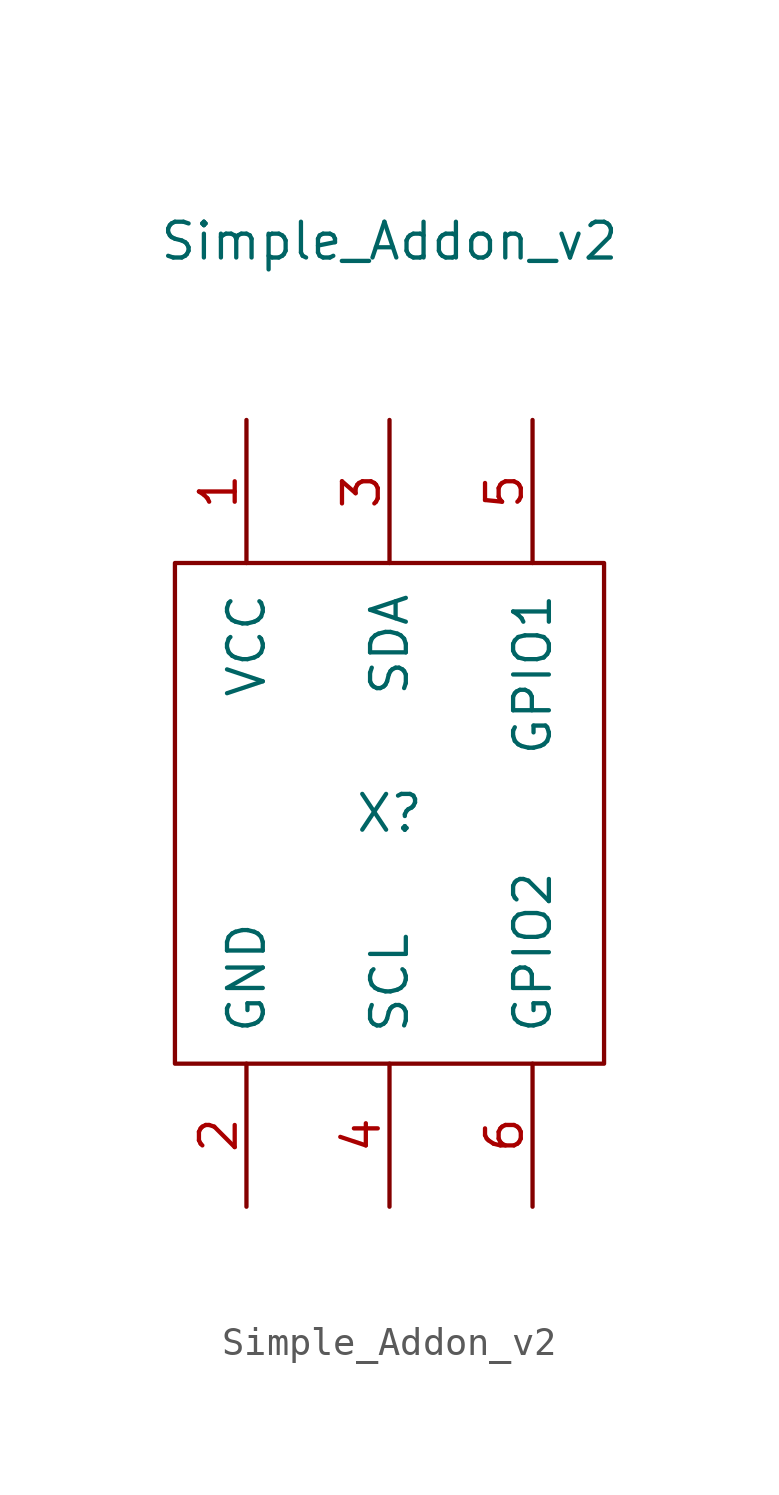
<source format=kicad_sym>
(kicad_symbol_lib
  (version 20231120)
  (generator "kicad_symbol_editor")
  (generator_version "8.0")
  (symbol "Simple_Addon_v2"
    (pin_names
      (offset 1.016))
    (property "Reference" "X"
      (at 0 0 0)
      (effects (font (size 1.27 1.27))))
    (property "Value" "Simple_Addon_v2"
      (at 0 20.32 0)
      (effects (font (size 1.27 1.27))))
    (symbol "Simple_Addon_v2_0_1"
      (rectangle (start -7.62 8.89) (end 7.62 -8.89) (stroke (width 0) (type solid)) (fill (type none))))
    (symbol "Simple_Addon_v2_1_1"
      (pin input line (at -5.08 13.97 270) (length 5.08) (name "VCC" (effects (font (size 1.27 1.27)))) (number "1" (effects (font (size 1.27 1.27)))))
      (pin input line (at -5.08 -13.97 90) (length 5.08) (name "GND" (effects (font (size 1.27 1.27)))) (number "2" (effects (font (size 1.27 1.27)))))
      (pin input line (at 0 13.97 270) (length 5.08) (name "SDA" (effects (font (size 1.27 1.27)))) (number "3" (effects (font (size 1.27 1.27)))))
      (pin input line (at 0 -13.97 90) (length 5.08) (name "SCL" (effects (font (size 1.27 1.27)))) (number "4" (effects (font (size 1.27 1.27)))))
      (pin input line (at 5.08 13.97 270) (length 5.08) (name "GPIO1" (effects (font (size 1.27 1.27)))) (number "5" (effects (font (size 1.27 1.27)))))
      (pin input line (at 5.08 -13.97 90) (length 5.08) (name "GPIO2" (effects (font (size 1.27 1.27)))) (number "6" (effects (font (size 1.27 1.27))))))))
</source>
